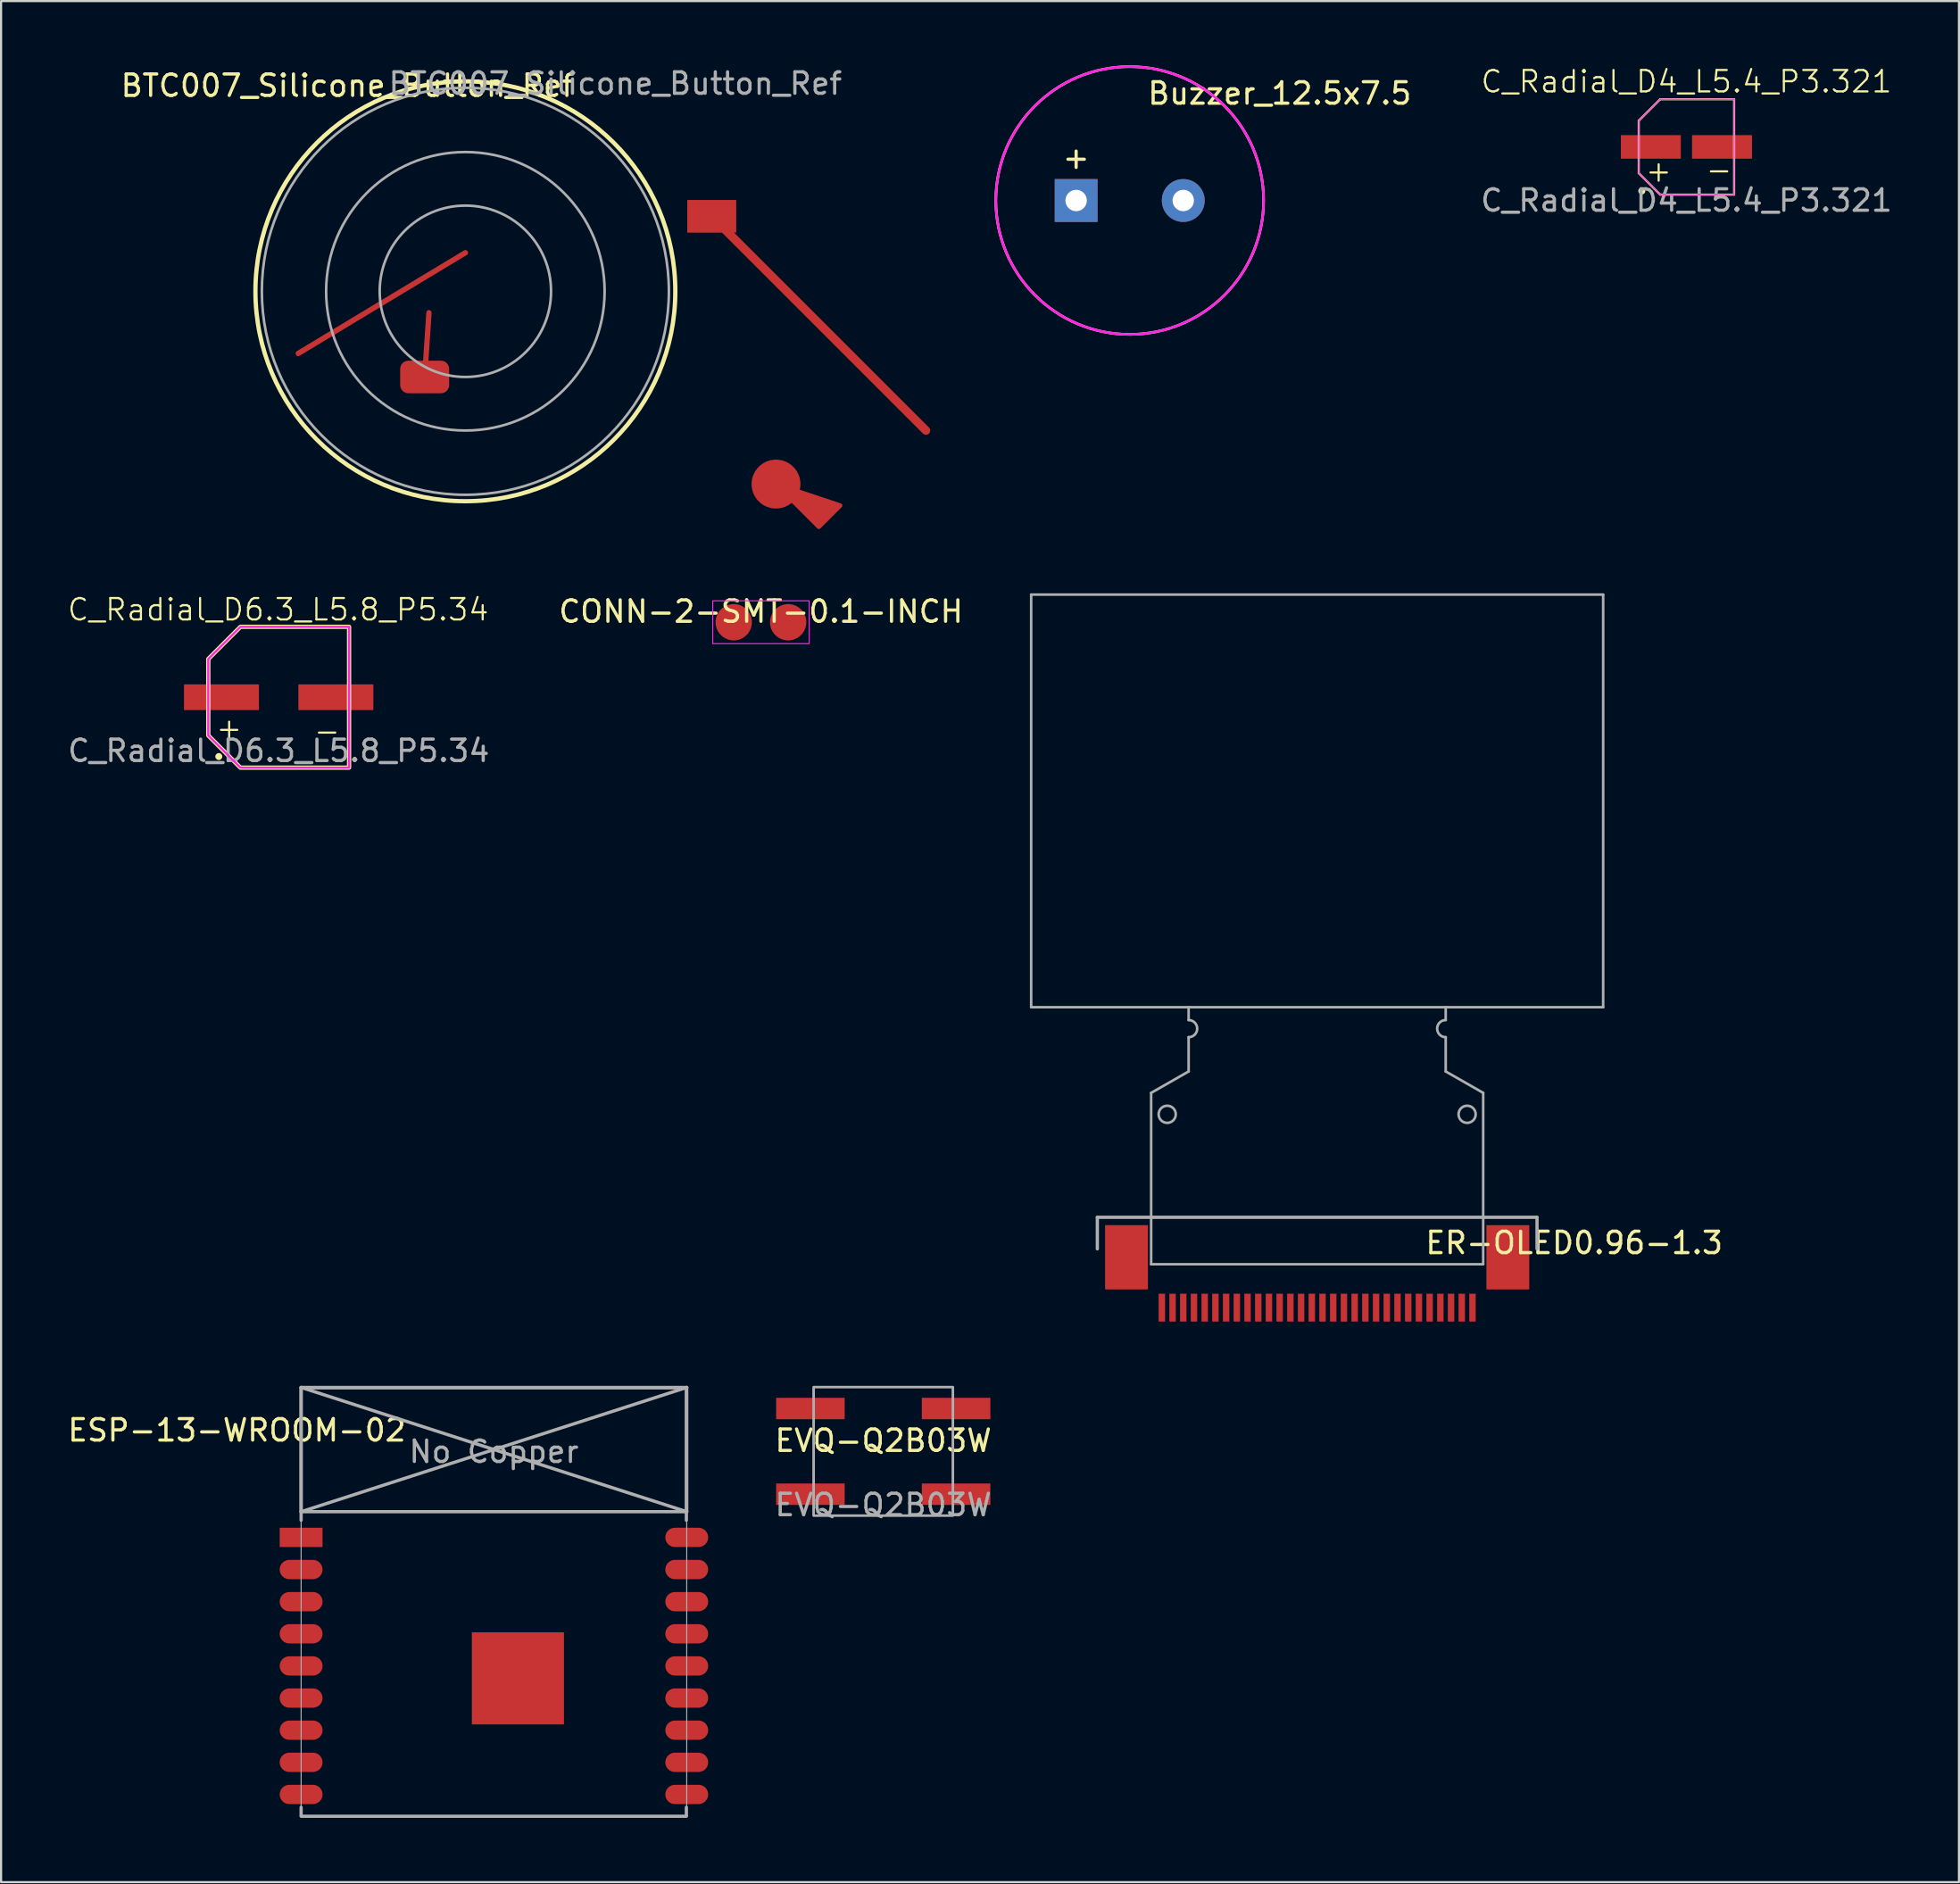
<source format=kicad_pcb>
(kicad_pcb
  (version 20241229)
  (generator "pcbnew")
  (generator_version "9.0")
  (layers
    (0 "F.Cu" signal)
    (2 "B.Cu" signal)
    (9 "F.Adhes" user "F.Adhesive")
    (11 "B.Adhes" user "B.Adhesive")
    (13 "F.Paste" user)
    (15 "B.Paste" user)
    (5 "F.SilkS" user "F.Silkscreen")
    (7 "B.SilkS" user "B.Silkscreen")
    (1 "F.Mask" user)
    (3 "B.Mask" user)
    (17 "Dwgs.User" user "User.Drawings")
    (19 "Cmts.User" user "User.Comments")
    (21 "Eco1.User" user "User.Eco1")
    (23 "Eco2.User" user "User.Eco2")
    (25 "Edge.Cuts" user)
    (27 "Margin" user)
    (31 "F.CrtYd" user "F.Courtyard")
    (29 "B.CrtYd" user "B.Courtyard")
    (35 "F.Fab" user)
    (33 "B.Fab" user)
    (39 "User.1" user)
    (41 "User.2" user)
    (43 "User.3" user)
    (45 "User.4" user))
  (footprint "C_Radial_D6.3_L5.8_P5.34"
    (layer "F.Cu")
    (at 9.958 29.498)
    (property "Reference" "C_Radial_D6.3_L5.8_P5.34" (at -0.025 -4.089 0) (unlocked yes) (layer "F.SilkS") (effects (font (size 1 1) (thickness 0.1))))
    (attr smd)
    (fp_circle (center -2.794 2.769) (end -2.743 2.87) (stroke (width 0.1) (type default)) (fill yes) (layer "F.SilkS"))
    (fp_poly (pts (xy 3.286 -3.286) (xy -1.786 -3.286) (xy -3.286 -1.786) (xy -3.286 1.786) (xy -1.786 3.286) (xy 3.286 3.286)) (stroke (width 0.2) (type solid)) (fill no) (layer "F.SilkS"))
    (fp_poly (pts (xy 3.286 -3.286) (xy -1.786 -3.286) (xy -3.286 -1.786) (xy -3.286 1.786) (xy -1.786 3.286) (xy 3.286 3.286)) (stroke (width 0.1) (type solid)) (fill no) (layer "F.CrtYd"))
    (fp_text user "+" (at -2.997 2.032 0) (unlocked yes) (layer "F.SilkS") (effects (font (size 1 1) (thickness 0.1)) (justify left bottom)))
    (fp_text user "-" (at 1.575 2.159 0) (unlocked yes) (layer "F.SilkS") (effects (font (size 1 1) (thickness 0.1)) (justify left bottom)))
    (fp_text user "${REFERENCE}" (at 0 2.5 0) (unlocked yes) (layer "F.Fab") (effects (font (size 1 1) (thickness 0.15))))
    (pad "1" smd rect (at -2.67 0) (size 3.5 1.2) (layers "F.Cu" "F.Mask" "F.Paste"))
    (pad "2" smd rect (at 2.67 0) (size 3.5 1.2) (layers "F.Cu" "F.Mask" "F.Paste")))
  (footprint "ER-OLED0.96-1.3"
    (layer "F.Cu")
    (at 58.434 44.477)
    (property "Reference" "ER-OLED0.96-1.3" (at 11.997 10.494 180) (layer "F.SilkS") (effects (font (size 1 1) (thickness 0.15))))
    (attr through_hole)
    (fp_line (start -10.262 9.3) (end -10.262 13.516) (stroke (width 0.152) (type solid)) (layer "Eco2.User"))
    (fp_line (start -10.262 13.516) (end 10.262 13.516) (stroke (width 0.152) (type solid)) (layer "Eco2.User"))
    (fp_line (start 10.262 13.516) (end 10.262 9.3) (stroke (width 0.152) (type solid)) (layer "Eco2.User"))
    (fp_line (start -13.35 -19.769) (end -13.35 -0.509) (stroke (width 0.12) (type solid)) (layer "F.Fab"))
    (fp_line (start -13.35 -19.769) (end 13.35 -19.769) (stroke (width 0.12) (type solid)) (layer "F.Fab"))
    (fp_line (start -13.35 -0.509) (end 13.35 -0.509) (stroke (width 0.12) (type solid)) (layer "F.Fab"))
    (fp_line (start -10.262 9.3) (end -10.262 10.773) (stroke (width 0.152) (type solid)) (layer "F.Fab"))
    (fp_line (start -7.75 3.491) (end -7.75 11.491) (stroke (width 0.12) (type solid)) (layer "F.Fab"))
    (fp_line (start -7.75 11.491) (end 7.75 11.491) (stroke (width 0.12) (type solid)) (layer "F.Fab"))
    (fp_line (start -6 -0.509) (end -6 0.091) (stroke (width 0.12) (type solid)) (layer "F.Fab"))
    (fp_line (start -6 0.891) (end -6 2.491) (stroke (width 0.12) (type solid)) (layer "F.Fab"))
    (fp_line (start -6 2.491) (end -7.75 3.491) (stroke (width 0.12) (type solid)) (layer "F.Fab"))
    (fp_line (start 6 -0.509) (end 6 0.091) (stroke (width 0.12) (type solid)) (layer "F.Fab"))
    (fp_line (start 6 0.891) (end 6 2.491) (stroke (width 0.12) (type solid)) (layer "F.Fab"))
    (fp_line (start 6 2.491) (end 7.75 3.491) (stroke (width 0.12) (type solid)) (layer "F.Fab"))
    (fp_line (start 7.75 3.491) (end 7.75 11.491) (stroke (width 0.12) (type solid)) (layer "F.Fab"))
    (fp_line (start 10.262 9.3) (end -10.262 9.3) (stroke (width 0.152) (type solid)) (layer "F.Fab"))
    (fp_line (start 10.262 10.773) (end 10.262 9.3) (stroke (width 0.152) (type solid)) (layer "F.Fab"))
    (fp_line (start 13.35 -19.769) (end 13.35 -0.509) (stroke (width 0.12) (type solid)) (layer "F.Fab"))
    (fp_arc (start -6 0.0914) (mid -5.6 0.4914) (end -6 0.8914) (stroke (width 0.12) (type solid)) (layer "F.Fab"))
    (fp_arc (start 6 0.8914) (mid 5.6 0.4914) (end 6 0.0914) (stroke (width 0.12) (type solid)) (layer "F.Fab"))
    (fp_circle (center -7 4.491) (end -6.6 4.491) (stroke (width 0.12) (type solid)) (fill no) (layer "F.Fab"))
    (fp_circle (center 7 4.491) (end 7.4 4.491) (stroke (width 0.12) (type solid)) (fill no) (layer "F.Fab"))
    (pad "1" smd rect (at -7.25 13.516 270) (size 1.3 0.3) (layers "F.Cu" "F.Mask" "F.Paste"))
    (pad "2" smd rect (at -6.75 13.516 270) (size 1.3 0.3) (layers "F.Cu" "F.Mask" "F.Paste"))
    (pad "3" smd rect (at -6.25 13.516 270) (size 1.3 0.3) (layers "F.Cu" "F.Mask" "F.Paste"))
    (pad "4" smd rect (at -5.75 13.516 270) (size 1.3 0.3) (layers "F.Cu" "F.Mask" "F.Paste"))
    (pad "5" smd rect (at -5.25 13.516 270) (size 1.3 0.3) (layers "F.Cu" "F.Mask" "F.Paste"))
    (pad "6" smd rect (at -4.75 13.516 270) (size 1.3 0.3) (layers "F.Cu" "F.Mask" "F.Paste"))
    (pad "7" smd rect (at -4.25 13.516 270) (size 1.3 0.3) (layers "F.Cu" "F.Mask" "F.Paste"))
    (pad "8" smd rect (at -3.75 13.516 270) (size 1.3 0.3) (layers "F.Cu" "F.Mask" "F.Paste"))
    (pad "9" smd rect (at -3.25 13.516 270) (size 1.3 0.3) (layers "F.Cu" "F.Mask" "F.Paste"))
    (pad "10" smd rect (at -2.75 13.516 270) (size 1.3 0.3) (layers "F.Cu" "F.Mask" "F.Paste"))
    (pad "11" smd rect (at -2.25 13.516 270) (size 1.3 0.3) (layers "F.Cu" "F.Mask" "F.Paste"))
    (pad "12" smd rect (at -1.75 13.516 270) (size 1.3 0.3) (layers "F.Cu" "F.Mask" "F.Paste"))
    (pad "13" smd rect (at -1.25 13.516 270) (size 1.3 0.3) (layers "F.Cu" "F.Mask" "F.Paste"))
    (pad "14" smd rect (at -0.75 13.516 270) (size 1.3 0.3) (layers "F.Cu" "F.Mask" "F.Paste"))
    (pad "15" smd rect (at -0.25 13.516 270) (size 1.3 0.3) (layers "F.Cu" "F.Mask" "F.Paste"))
    (pad "16" smd rect (at 0.25 13.516 270) (size 1.3 0.3) (layers "F.Cu" "F.Mask" "F.Paste"))
    (pad "17" smd rect (at 0.75 13.516 270) (size 1.3 0.3) (layers "F.Cu" "F.Mask" "F.Paste"))
    (pad "18" smd rect (at 1.25 13.516 270) (size 1.3 0.3) (layers "F.Cu" "F.Mask" "F.Paste"))
    (pad "19" smd rect (at 1.75 13.516 270) (size 1.3 0.3) (layers "F.Cu" "F.Mask" "F.Paste"))
    (pad "20" smd rect (at 2.25 13.516 270) (size 1.3 0.3) (layers "F.Cu" "F.Mask" "F.Paste"))
    (pad "21" smd rect (at 2.75 13.516 270) (size 1.3 0.3) (layers "F.Cu" "F.Mask" "F.Paste"))
    (pad "22" smd rect (at 3.25 13.516 270) (size 1.3 0.3) (layers "F.Cu" "F.Mask" "F.Paste"))
    (pad "23" smd rect (at 3.75 13.516 270) (size 1.3 0.3) (layers "F.Cu" "F.Mask" "F.Paste"))
    (pad "24" smd rect (at 4.25 13.516 270) (size 1.3 0.3) (layers "F.Cu" "F.Mask" "F.Paste"))
    (pad "25" smd rect (at 4.75 13.516 270) (size 1.3 0.3) (layers "F.Cu" "F.Mask" "F.Paste"))
    (pad "26" smd rect (at 5.25 13.516 270) (size 1.3 0.3) (layers "F.Cu" "F.Mask" "F.Paste"))
    (pad "27" smd rect (at 5.75 13.516 270) (size 1.3 0.3) (layers "F.Cu" "F.Mask" "F.Paste"))
    (pad "28" smd rect (at 6.25 13.516 270) (size 1.3 0.3) (layers "F.Cu" "F.Mask" "F.Paste"))
    (pad "29" smd rect (at 6.75 13.516 270) (size 1.3 0.3) (layers "F.Cu" "F.Mask" "F.Paste"))
    (pad "30" smd rect (at 7.25 13.516 270) (size 1.3 0.3) (layers "F.Cu" "F.Mask" "F.Paste"))
    (pad "31" smd rect (at -8.9 11.166) (size 2 3) (layers "F.Cu" "F.Mask" "F.Paste"))
    (pad "31" smd rect (at 8.9 11.166) (size 2 3) (layers "F.Cu" "F.Mask" "F.Paste")))
  (footprint "BTC007_Silicone_Button_Ref"
    (layer "F.Cu")
    (at 18.673 10.548)
    (property "Reference" "BTC007_Silicone_Button_Ref" (at -5.5 -9.6 0) (unlocked yes) (layer "F.SilkS") (effects (font (size 1 1) (thickness 0.15))))
    (attr smd)
    (fp_line (start -1.9 4) (end -1.7 1) (stroke (width 0.25) (type solid)) (layer "F.Cu"))
    (fp_line (start 0 -1.8) (end -7.8 2.9) (stroke (width 0.25) (type solid)) (layer "F.Cu"))
    (fp_circle (center -15.2 -0.4) (end -11.787 -0.4) (stroke (width 0.12) (type solid)) (fill yes) (layer "F.Mask"))
    (fp_circle (center 0 0) (end 9.8 0) (stroke (width 0.2) (type solid)) (fill no) (layer "F.SilkS"))
    (fp_circle (center 0 0) (end 4 0) (stroke (width 0.12) (type solid)) (fill no) (layer "F.Fab"))
    (fp_circle (center 0 0) (end 6.5 0) (stroke (width 0.12) (type solid)) (fill no) (layer "F.Fab"))
    (fp_circle (center 0 0) (end 9.5 0) (stroke (width 0.12) (type solid)) (fill no) (layer "F.Fab"))
    (fp_text user "${REFERENCE}" (at 7 -9.7 0) (unlocked yes) (layer "F.Fab") (effects (font (size 1 1) (thickness 0.15))))
    (pad "1" smd custom (at 14.5 9) (size 2.286 2.286) (layers "F.Cu" "F.Mask" "F.Paste") (options (anchor circle)) (primitives (gr_poly (pts (xy 0 0) (xy 2 2) (xy 3 1)) (width 0.2) (fill yes))))
    (pad "2" smd roundrect (at -1.9 4) (size 2.286 1.524) (layers "F.Cu" "F.Mask" "F.Paste") (roundrect_rratio 0.25))
    (pad "3" smd custom (at 11.5 -3.5) (size 2.286 1.524) (layers "F.Cu" "F.Mask" "F.Paste") (options (anchor rect)) (primitives (gr_line (start 0 0) (end 10 10) (width 0.4)))))
  (footprint "EVQ-Q2B03W"
    (layer "F.Cu")
    (at 38.179 64.703)
    (property "Reference" "EVQ-Q2B03W" (at 0 -0.5 0) (unlocked yes) (layer "F.SilkS") (effects (font (size 1 1) (thickness 0.15))))
    (attr smd)
    (fp_rect (start -3.25 -3) (end 3.25 3) (stroke (width 0.12) (type solid)) (fill no) (layer "F.Fab"))
    (fp_text user "${REFERENCE}" (at 0 2.5 0) (unlocked yes) (layer "F.Fab") (effects (font (size 1 1) (thickness 0.15))))
    (pad "1" smd rect (at -3.4 -2) (size 3.2 1) (layers "F.Cu" "F.Mask" "F.Paste"))
    (pad "2" smd rect (at 3.4 -2) (size 3.2 1) (layers "F.Cu" "F.Mask" "F.Paste"))
    (pad "3" smd rect (at -3.4 2) (size 3.2 1) (layers "F.Cu" "F.Mask" "F.Paste"))
    (pad "4" smd rect (at 3.4 2) (size 3.2 1) (layers "F.Cu" "F.Mask" "F.Paste")))
  (footprint "CONN-2-SMT-0.1-INCH"
    (layer "F.Cu")
    (at 32.47 25.997)
    (property "Reference" "CONN-2-SMT-0.1-INCH" (at 0 -0.5 0) (unlocked yes) (layer "F.SilkS") (effects (font (size 1 1) (thickness 0.15))))
    (attr smd)
    (fp_rect (start -2.25 -1) (end 2.25 1) (stroke (width 0.05) (type default)) (fill no) (layer "F.CrtYd"))
    (pad "1" smd custom (at -1.27 0) (size 1.7 1.7) (layers "F.Cu" "F.Mask") (options (anchor circle)) (primitives))
    (pad "2" smd custom (at 1.27 0) (size 1.7 1.7) (layers "F.Cu" "F.Mask") (options (anchor circle)) (primitives)))
  (footprint "Buzzer_12.5x7.5"
    (layer "F.Cu")
    (at 49.683 6.31)
    (property "Reference" "Buzzer_12.5x7.5" (at 7 -5 0) (layer "F.SilkS") (effects (font (size 1 1) (thickness 0.15))))
    (attr through_hole)
    (fp_circle (center 0 0) (end 6.25 0) (stroke (width 0.12) (type solid)) (fill no) (layer "F.SilkS"))
    (fp_circle (center 0 0) (end 6.25 0) (stroke (width 0.12) (type solid)) (fill no) (layer "F.CrtYd"))
    (fp_text user "+" (at -2.5 -2 0) (layer "F.SilkS") (effects (font (size 1 1) (thickness 0.15))))
    (pad "1" thru_hole rect (at -2.5 0) (size 2 2) (drill oval 1) (layers "*.Cu" "*.Mask"))
    (pad "2" thru_hole circle (at 2.5 0 90) (size 2 2) (drill 1) (layers "*.Cu" "*.Mask")))
  (footprint "C_Radial_D4_L5.4_P3.321"
    (layer "F.Cu")
    (at 75.671 3.808)
    (property "Reference" "C_Radial_D4_L5.4_P3.321" (at 0 -3.048 0) (unlocked yes) (layer "F.SilkS") (effects (font (size 1 1) (thickness 0.1))))
    (attr smd)
    (fp_line (start -2.226 -1.226) (end -1.226 -2.226) (stroke (width 0.1) (type default)) (layer "F.SilkS"))
    (fp_line (start -2.226 1.226) (end -2.226 -1.226) (stroke (width 0.1) (type default)) (layer "F.SilkS"))
    (fp_line (start -1.226 -2.226) (end 2.226 -2.226) (stroke (width 0.1) (type default)) (layer "F.SilkS"))
    (fp_line (start -1.226 2.226) (end -2.226 1.226) (stroke (width 0.1) (type default)) (layer "F.SilkS"))
    (fp_line (start -1.226 2.226) (end 2.226 2.226) (stroke (width 0.1) (type default)) (layer "F.SilkS"))
    (fp_line (start 2.226 2.226) (end 2.226 -2.226) (stroke (width 0.1) (type default)) (layer "F.SilkS"))
    (fp_circle (center -2.083 2.057) (end -2.032 2.159) (stroke (width 0.1) (type default)) (fill yes) (layer "F.SilkS"))
    (fp_line (start -2.226 -1.226) (end -1.226 -2.226) (stroke (width 0.051) (type default)) (layer "F.CrtYd"))
    (fp_line (start -2.226 1.226) (end -2.226 -1.226) (stroke (width 0.051) (type default)) (layer "F.CrtYd"))
    (fp_line (start -1.226 -2.226) (end 2.226 -2.226) (stroke (width 0.051) (type default)) (layer "F.CrtYd"))
    (fp_line (start -1.226 2.226) (end -2.226 1.226) (stroke (width 0.051) (type default)) (layer "F.CrtYd"))
    (fp_line (start -1.226 2.226) (end 2.226 2.226) (stroke (width 0.051) (type default)) (layer "F.CrtYd"))
    (fp_line (start 2.226 2.226) (end 2.226 -2.226) (stroke (width 0.051) (type default)) (layer "F.CrtYd"))
    (fp_text user "-" (at 0.838 1.651 0) (unlocked yes) (layer "F.SilkS") (effects (font (size 1 1) (thickness 0.1)) (justify left bottom)))
    (fp_text user "+" (at -1.981 1.702 0) (unlocked yes) (layer "F.SilkS") (effects (font (size 1 1) (thickness 0.1)) (justify left bottom)))
    (fp_text user "${REFERENCE}" (at 0 2.5 0) (unlocked yes) (layer "F.Fab") (effects (font (size 1 1) (thickness 0.15))))
    (pad "1" smd rect (at -1.661 0) (size 2.8 1.1) (layers "F.Cu" "F.Mask" "F.Paste"))
    (pad "2" smd rect (at 1.661 0) (size 2.8 1.1) (layers "F.Cu" "F.Mask" "F.Paste")))
  (footprint "ESP-13-WROOM-02"
    (layer "F.Cu")
    (at 11.006 68.719)
    (property "Reference" "ESP-13-WROOM-02" (at -3 -5 0) (layer "F.SilkS") (effects (font (size 1 1) (thickness 0.15))))
    (attr through_hole)
    (fp_line (start 0 -7) (end 0 -1.2) (stroke (width 0.152) (type solid)) (layer "F.Fab"))
    (fp_line (start 0 -7) (end 18 -7) (stroke (width 0.05) (type solid)) (layer "F.Fab"))
    (fp_line (start 0 -7) (end 18 -1.2) (stroke (width 0.152) (type solid)) (layer "F.Fab"))
    (fp_line (start 0 -6.985) (end 0 -0.8) (stroke (width 0.152) (type solid)) (layer "F.Fab"))
    (fp_line (start 0 -1.2) (end 18 -1.2) (stroke (width 0.152) (type solid)) (layer "F.Fab"))
    (fp_line (start 0 12.6) (end 0 12.979) (stroke (width 0.152) (type solid)) (layer "F.Fab"))
    (fp_line (start 0 13) (end 0 -7) (stroke (width 0.05) (type solid)) (layer "F.Fab"))
    (fp_line (start 0 13) (end 18 13) (stroke (width 0.05) (type solid)) (layer "F.Fab"))
    (fp_line (start 0 13.018) (end 17.983 13.018) (stroke (width 0.152) (type solid)) (layer "F.Fab"))
    (fp_line (start 17.971 -6.985) (end 0 -6.985) (stroke (width 0.152) (type solid)) (layer "F.Fab"))
    (fp_line (start 17.983 -6.985) (end 17.983 -0.8) (stroke (width 0.152) (type solid)) (layer "F.Fab"))
    (fp_line (start 17.983 12.6) (end 17.983 12.979) (stroke (width 0.152) (type solid)) (layer "F.Fab"))
    (fp_line (start 18 -7) (end 0 -7) (stroke (width 0.152) (type solid)) (layer "F.Fab"))
    (fp_line (start 18 -7) (end 0 -1.2) (stroke (width 0.152) (type solid)) (layer "F.Fab"))
    (fp_line (start 18 -7) (end 18 13) (stroke (width 0.05) (type solid)) (layer "F.Fab"))
    (fp_line (start 18 -1.2) (end 18 -7) (stroke (width 0.152) (type solid)) (layer "F.Fab"))
    (fp_text user "No Copper" (at 9 -4 0) (layer "F.Fab") (effects (font (size 1 1) (thickness 0.15))))
    (pad "1" smd rect (at 0 0) (size 2 0.9) (layers "F.Cu" "F.Mask" "F.Paste"))
    (pad "2" smd oval (at 0 1.5) (size 2 0.9) (layers "F.Cu" "F.Mask" "F.Paste"))
    (pad "3" smd oval (at 0 3) (size 2 0.9) (layers "F.Cu" "F.Mask" "F.Paste"))
    (pad "4" smd oval (at 0 4.5) (size 2 0.9) (layers "F.Cu" "F.Mask" "F.Paste"))
    (pad "5" smd oval (at 0 6) (size 2 0.9) (layers "F.Cu" "F.Mask" "F.Paste"))
    (pad "6" smd oval (at 0 7.5) (size 2 0.9) (layers "F.Cu" "F.Mask" "F.Paste"))
    (pad "7" smd oval (at 0 9) (size 2 0.9) (layers "F.Cu" "F.Mask" "F.Paste"))
    (pad "8" smd oval (at 0 10.5) (size 2 0.9) (layers "F.Cu" "F.Mask" "F.Paste"))
    (pad "9" smd oval (at 0 12) (size 2 0.9) (layers "F.Cu" "F.Mask" "F.Paste"))
    (pad "10" smd oval (at 18 12) (size 2 0.9) (layers "F.Cu" "F.Mask" "F.Paste"))
    (pad "11" smd oval (at 18 10.5) (size 2 0.9) (layers "F.Cu" "F.Mask" "F.Paste"))
    (pad "12" smd oval (at 18 9) (size 2 0.9) (layers "F.Cu" "F.Mask" "F.Paste"))
    (pad "13" smd oval (at 18 7.5) (size 2 0.9) (layers "F.Cu" "F.Mask" "F.Paste"))
    (pad "14" smd oval (at 18 6) (size 2 0.9) (layers "F.Cu" "F.Mask" "F.Paste"))
    (pad "15" smd oval (at 18 4.5) (size 2 0.9) (layers "F.Cu" "F.Mask" "F.Paste"))
    (pad "16" smd oval (at 18 3) (size 2 0.9) (layers "F.Cu" "F.Mask" "F.Paste"))
    (pad "17" smd oval (at 18 1.5) (size 2 0.9) (layers "F.Cu" "F.Mask" "F.Paste"))
    (pad "18" smd oval (at 18 0) (size 2 0.9) (layers "F.Cu" "F.Mask" "F.Paste"))
    (pad "PAD" smd rect (at 10.12 6.58) (size 4.3 4.3) (layers "F.Cu" "F.Mask" "F.Paste")))
  (gr_rect
    (start -3 -3)
    (end 88.392 84.813)
    (stroke (width 0.1) (type default))
    (fill no)
    (layer "Edge.Cuts")))
</source>
